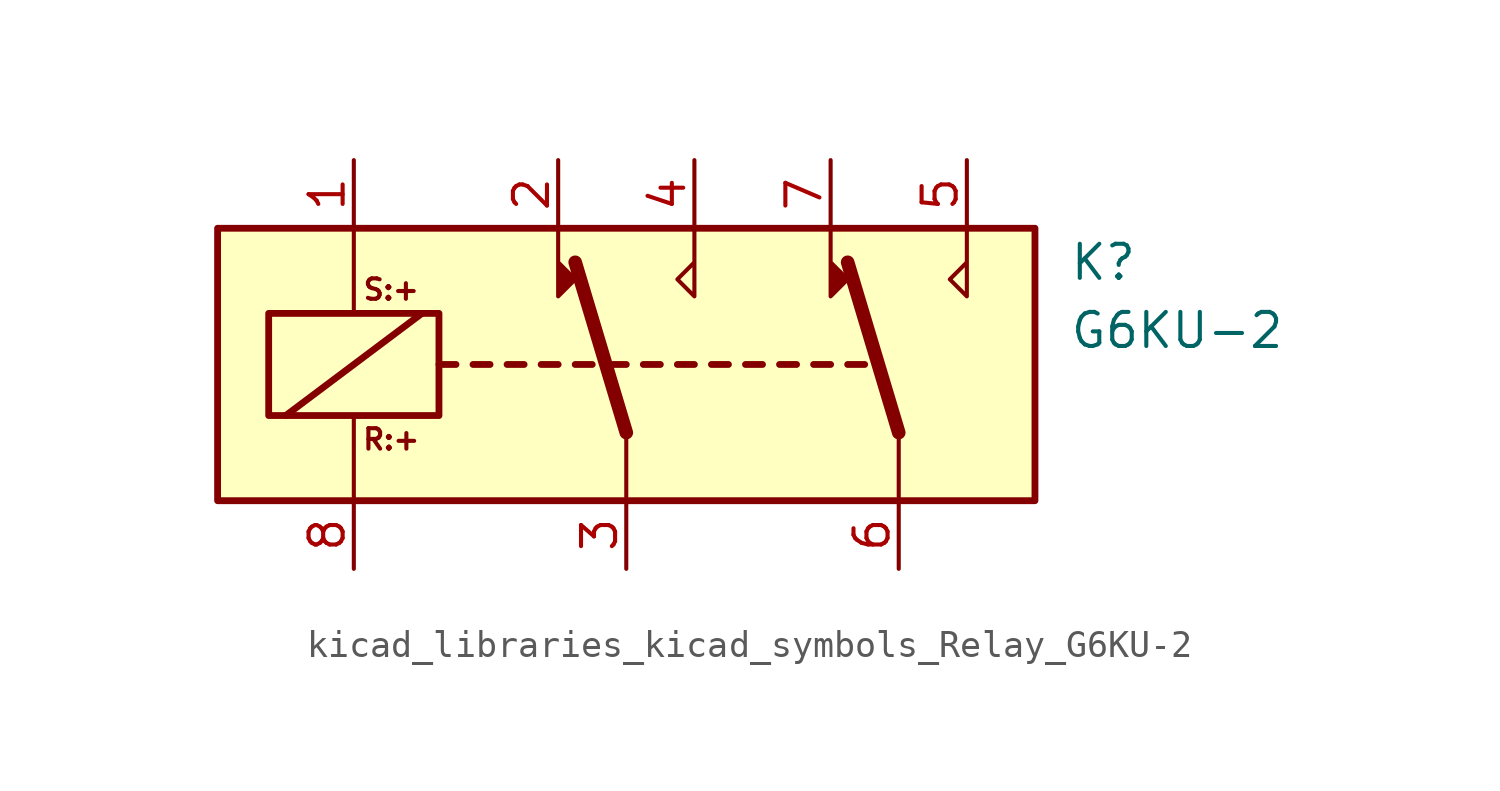
<source format=kicad_sym>
(kicad_symbol_lib
  (version 20220914)
  (generator kicad_symbol_editor)
  (symbol "kicad_libraries_kicad_symbols_Relay_G6KU-2"
    (property "Reference" "K"
      (at 16.51 3.81 0)
      (effects (font (size 1.27 1.27)) (justify left)))
    (property "Value" "G6KU-2"
      (at 16.51 1.27 0)
      (effects (font (size 1.27 1.27)) (justify left)))
    (symbol "kicad_libraries_kicad_symbols_Relay_G6KU-2_0_0"
      (text "R:+" (at -8.763 -2.794 0) (effects (font (size 0.762 0.762))))
      (text "S:+" (at -8.763 2.794 0) (effects (font (size 0.762 0.762)))))
    (symbol "kicad_libraries_kicad_symbols_Relay_G6KU-2_0_1"
      (rectangle (start -15.24 5.08) (end 15.24 -5.08) (stroke (width 0.254) (type default)) (fill (type background)))
      (rectangle (start -13.335 1.905) (end -6.985 -1.905) (stroke (width 0.254) (type default)) (fill (type none)))
      (polyline (pts (xy -12.7 -1.905) (xy -7.62 1.905)) (stroke (width 0.254) (type default)) (fill (type none)))
      (polyline (pts (xy -10.16 -5.08) (xy -10.16 -1.905)) (stroke (width 0) (type default)) (fill (type none)))
      (polyline (pts (xy -10.16 5.08) (xy -10.16 1.905)) (stroke (width 0) (type default)) (fill (type none)))
      (polyline (pts (xy -6.985 0) (xy -6.35 0)) (stroke (width 0.254) (type default)) (fill (type none)))
      (polyline (pts (xy -5.715 0) (xy -5.08 0)) (stroke (width 0.254) (type default)) (fill (type none)))
      (polyline (pts (xy -4.445 0) (xy -3.81 0)) (stroke (width 0.254) (type default)) (fill (type none)))
      (polyline (pts (xy -3.175 0) (xy -2.54 0)) (stroke (width 0.254) (type default)) (fill (type none)))
      (polyline (pts (xy -1.905 0) (xy -1.27 0)) (stroke (width 0.254) (type default)) (fill (type none)))
      (polyline (pts (xy -0.635 0) (xy 0 0)) (stroke (width 0.254) (type default)) (fill (type none)))
      (polyline (pts (xy 0 -2.54) (xy -1.905 3.81)) (stroke (width 0.508) (type default)) (fill (type none)))
      (polyline (pts (xy 0 -2.54) (xy 0 -5.08)) (stroke (width 0) (type default)) (fill (type none)))
      (polyline (pts (xy 0.635 0) (xy 1.27 0)) (stroke (width 0.254) (type default)) (fill (type none)))
      (polyline (pts (xy 1.905 0) (xy 2.54 0)) (stroke (width 0.254) (type default)) (fill (type none)))
      (polyline (pts (xy 3.175 0) (xy 3.81 0)) (stroke (width 0.254) (type default)) (fill (type none)))
      (polyline (pts (xy 4.445 0) (xy 5.08 0)) (stroke (width 0.254) (type default)) (fill (type none)))
      (polyline (pts (xy 5.715 0) (xy 6.35 0)) (stroke (width 0.254) (type default)) (fill (type none)))
      (polyline (pts (xy 6.985 0) (xy 7.62 0)) (stroke (width 0.254) (type default)) (fill (type none)))
      (polyline (pts (xy 8.255 0) (xy 8.89 0)) (stroke (width 0.254) (type default)) (fill (type none)))
      (polyline (pts (xy 10.16 -2.54) (xy 8.255 3.81)) (stroke (width 0.508) (type default)) (fill (type none)))
      (polyline (pts (xy 10.16 -2.54) (xy 10.16 -5.08)) (stroke (width 0) (type default)) (fill (type none)))
      (polyline (pts (xy -2.54 5.08) (xy -2.54 2.54) (xy -1.905 3.175) (xy -2.54 3.81)) (stroke (width 0) (type default)) (fill (type outline)))
      (polyline (pts (xy 2.54 5.08) (xy 2.54 2.54) (xy 1.905 3.175) (xy 2.54 3.81)) (stroke (width 0) (type default)) (fill (type none)))
      (polyline (pts (xy 7.62 5.08) (xy 7.62 2.54) (xy 8.255 3.175) (xy 7.62 3.81)) (stroke (width 0) (type default)) (fill (type outline)))
      (polyline (pts (xy 12.7 5.08) (xy 12.7 2.54) (xy 12.065 3.175) (xy 12.7 3.81)) (stroke (width 0) (type default)) (fill (type none))))
    (symbol "kicad_libraries_kicad_symbols_Relay_G6KU-2_1_1"
      (pin passive line (at -10.16 7.62 270) (length 2.54) (name "~" (effects (font (size 1.27 1.27)))) (number "1" (effects (font (size 1.27 1.27)))))
      (pin passive line (at -2.54 7.62 270) (length 2.54) (name "~" (effects (font (size 1.27 1.27)))) (number "2" (effects (font (size 1.27 1.27)))))
      (pin passive line (at 0 -7.62 90) (length 2.54) (name "~" (effects (font (size 1.27 1.27)))) (number "3" (effects (font (size 1.27 1.27)))))
      (pin passive line (at 2.54 7.62 270) (length 2.54) (name "~" (effects (font (size 1.27 1.27)))) (number "4" (effects (font (size 1.27 1.27)))))
      (pin passive line (at 12.7 7.62 270) (length 2.54) (name "~" (effects (font (size 1.27 1.27)))) (number "5" (effects (font (size 1.27 1.27)))))
      (pin passive line (at 10.16 -7.62 90) (length 2.54) (name "~" (effects (font (size 1.27 1.27)))) (number "6" (effects (font (size 1.27 1.27)))))
      (pin passive line (at 7.62 7.62 270) (length 2.54) (name "~" (effects (font (size 1.27 1.27)))) (number "7" (effects (font (size 1.27 1.27)))))
      (pin passive line (at -10.16 -7.62 90) (length 2.54) (name "~" (effects (font (size 1.27 1.27)))) (number "8" (effects (font (size 1.27 1.27))))))))
</source>
